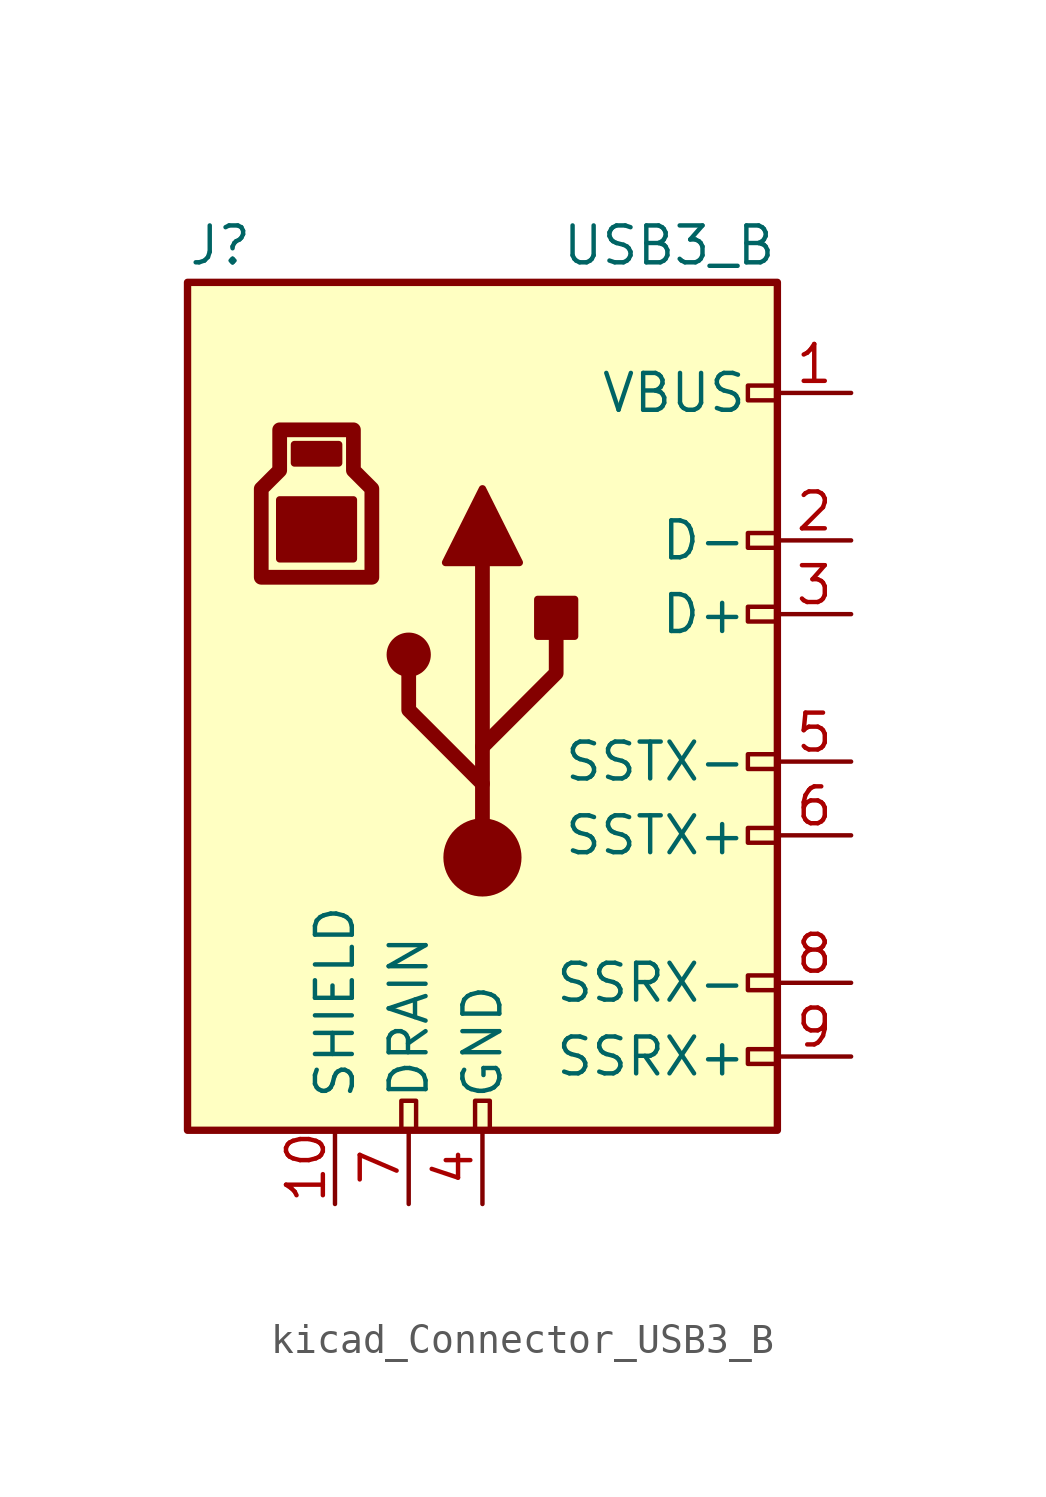
<source format=kicad_sym>
(kicad_symbol_lib
  (version 20220914)
  (generator kicad_symbol_editor)
  (symbol "kicad_Connector_USB3_B"
    (pin_names
      (offset 1.016))
    (property "Reference" "J"
      (at -10.16 15.24 0)
      (effects (font (size 1.27 1.27)) (justify left)))
    (property "Value" "USB3_B"
      (at 10.16 15.24 0)
      (effects (font (size 1.27 1.27)) (justify right)))
    (symbol "kicad_Connector_USB3_B_0_0"
      (rectangle (start -2.794 -15.24) (end -2.286 -14.224) (stroke (width 0) (type default)) (fill (type none)))
      (rectangle (start -0.254 -15.24) (end 0.254 -14.224) (stroke (width 0) (type default)) (fill (type none)))
      (rectangle (start 10.16 -12.446) (end 9.144 -12.954) (stroke (width 0) (type default)) (fill (type none)))
      (rectangle (start 10.16 -9.906) (end 9.144 -10.414) (stroke (width 0) (type default)) (fill (type none)))
      (rectangle (start 10.16 -4.826) (end 9.144 -5.334) (stroke (width 0) (type default)) (fill (type none)))
      (rectangle (start 10.16 -2.286) (end 9.144 -2.794) (stroke (width 0) (type default)) (fill (type none)))
      (rectangle (start 10.16 2.794) (end 9.144 2.286) (stroke (width 0) (type default)) (fill (type none)))
      (rectangle (start 10.16 5.334) (end 9.144 4.826) (stroke (width 0) (type default)) (fill (type none)))
      (rectangle (start 10.16 10.414) (end 9.144 9.906) (stroke (width 0) (type default)) (fill (type none))))
    (symbol "kicad_Connector_USB3_B_0_1"
      (rectangle (start -10.16 13.97) (end 10.16 -15.24) (stroke (width 0.254) (type default)) (fill (type background)))
      (rectangle (start -6.477 8.382) (end -4.953 7.747) (stroke (width 0.254) (type default)) (fill (type outline)))
      (rectangle (start -4.445 4.445) (end -6.985 6.477) (stroke (width 0.254) (type default)) (fill (type outline)))
      (polyline (pts (xy -6.985 8.89) (xy -6.985 7.493) (xy -7.62 6.858) (xy -7.62 3.81) (xy -3.81 3.81) (xy -3.81 6.858) (xy -4.445 7.493) (xy -4.445 8.89) (xy -6.858 8.89) (xy -6.985 8.89)) (stroke (width 0.508) (type default)) (fill (type none))))
    (symbol "kicad_Connector_USB3_B_1_1"
      (circle (center -2.54 1.143) (radius 0.635) (stroke (width 0.254) (type default)) (fill (type outline)))
      (circle (center 0 -5.842) (radius 1.27) (stroke (width 0) (type default)) (fill (type outline)))
      (polyline (pts (xy 0 -5.842) (xy 0 4.318)) (stroke (width 0.508) (type default)) (fill (type none)))
      (polyline (pts (xy 0 -3.302) (xy -2.54 -0.762) (xy -2.54 0.508)) (stroke (width 0.508) (type default)) (fill (type none)))
      (polyline (pts (xy 0 -2.032) (xy 2.54 0.508) (xy 2.54 1.778)) (stroke (width 0.508) (type default)) (fill (type none)))
      (polyline (pts (xy -1.27 4.318) (xy 0 6.858) (xy 1.27 4.318) (xy -1.27 4.318)) (stroke (width 0.254) (type default)) (fill (type outline)))
      (rectangle (start 1.905 1.778) (end 3.175 3.048) (stroke (width 0.254) (type default)) (fill (type outline)))
      (pin power_out line (at 12.7 10.16 180) (length 2.54) (name "VBUS" (effects (font (size 1.27 1.27)))) (number "1" (effects (font (size 1.27 1.27)))))
      (pin passive line (at -5.08 -17.78 90) (length 2.54) (name "SHIELD" (effects (font (size 1.27 1.27)))) (number "10" (effects (font (size 1.27 1.27)))))
      (pin bidirectional line (at 12.7 5.08 180) (length 2.54) (name "D-" (effects (font (size 1.27 1.27)))) (number "2" (effects (font (size 1.27 1.27)))))
      (pin bidirectional line (at 12.7 2.54 180) (length 2.54) (name "D+" (effects (font (size 1.27 1.27)))) (number "3" (effects (font (size 1.27 1.27)))))
      (pin power_out line (at 0 -17.78 90) (length 2.54) (name "GND" (effects (font (size 1.27 1.27)))) (number "4" (effects (font (size 1.27 1.27)))))
      (pin output line (at 12.7 -2.54 180) (length 2.54) (name "SSTX-" (effects (font (size 1.27 1.27)))) (number "5" (effects (font (size 1.27 1.27)))))
      (pin output line (at 12.7 -5.08 180) (length 2.54) (name "SSTX+" (effects (font (size 1.27 1.27)))) (number "6" (effects (font (size 1.27 1.27)))))
      (pin passive line (at -2.54 -17.78 90) (length 2.54) (name "DRAIN" (effects (font (size 1.27 1.27)))) (number "7" (effects (font (size 1.27 1.27)))))
      (pin input line (at 12.7 -10.16 180) (length 2.54) (name "SSRX-" (effects (font (size 1.27 1.27)))) (number "8" (effects (font (size 1.27 1.27)))))
      (pin input line (at 12.7 -12.7 180) (length 2.54) (name "SSRX+" (effects (font (size 1.27 1.27)))) (number "9" (effects (font (size 1.27 1.27))))))))
</source>
